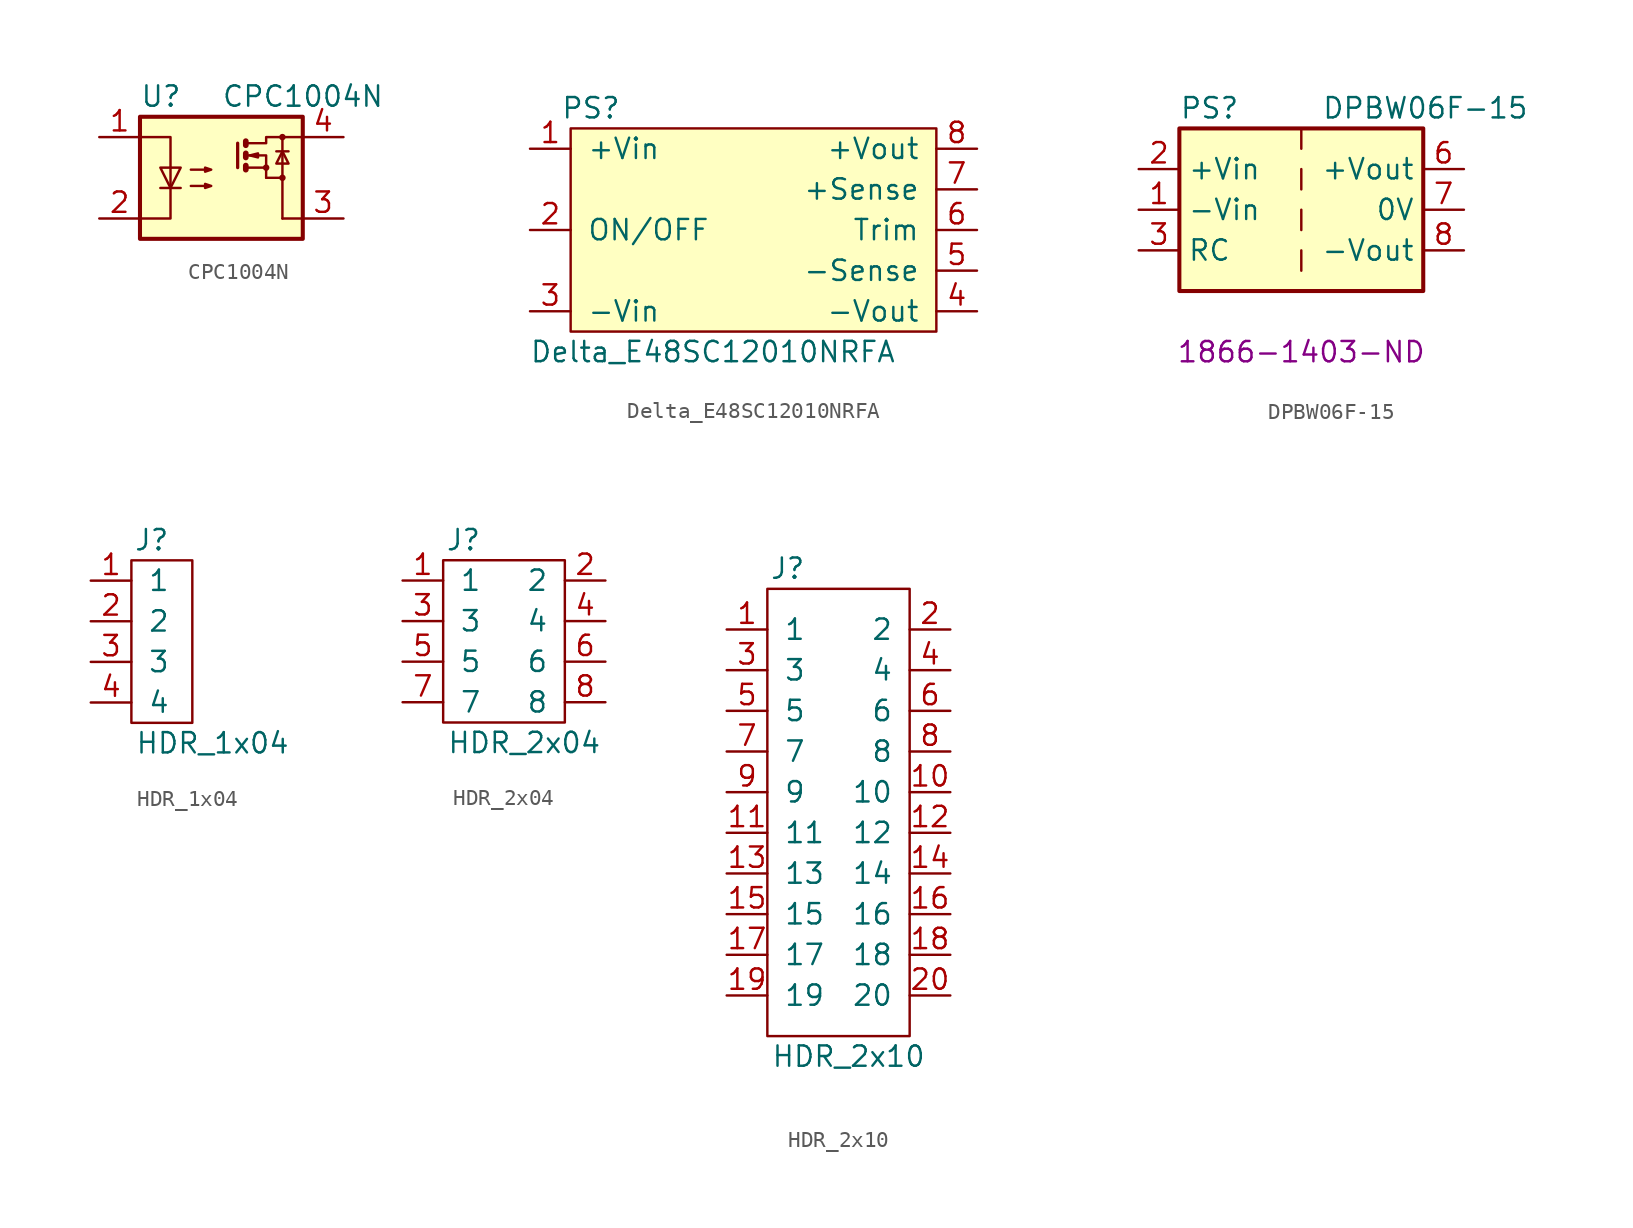
<source format=kicad_sym>
(kicad_symbol_lib
  (version 20211014)
  (generator kicad_symbol_editor)
  (symbol "CPC1004N"
    (pin_names
      (offset 1.016))
    (property "Reference" "U"
      (at -5.08 5.08 0)
      (effects (font (size 1.27 1.27)) (justify left)))
    (property "Value" "CPC1004N"
      (at 0 5.08 0)
      (effects (font (size 1.27 1.27)) (justify left)))
    (symbol "CPC1004N_0_1"
      (rectangle (start -5.08 3.81) (end 5.08 -3.81) (stroke (width 0.254) (type default) (color 0 0 0 0)) (fill (type background)))
      (polyline (pts (xy -3.81 -0.635) (xy -2.54 -0.635)) (stroke (width 0) (type default) (color 0 0 0 0)) (fill (type none)))
      (polyline (pts (xy -3.175 0.635) (xy -3.175 -0.635)) (stroke (width 0) (type default) (color 0 0 0 0)) (fill (type none)))
      (polyline (pts (xy 1.016 2.159) (xy 1.016 0.635)) (stroke (width 0.203) (type default) (color 0 0 0 0)) (fill (type none)))
      (polyline (pts (xy 2.794 0) (xy 3.81 0)) (stroke (width 0) (type default) (color 0 0 0 0)) (fill (type none)))
      (polyline (pts (xy 3.429 1.651) (xy 4.191 1.651)) (stroke (width 0) (type default) (color 0 0 0 0)) (fill (type none)))
      (polyline (pts (xy 3.81 -2.54) (xy 5.08 -2.54)) (stroke (width 0) (type default) (color 0 0 0 0)) (fill (type none)))
      (polyline (pts (xy 3.81 0) (xy 3.81 -2.54)) (stroke (width 0) (type default) (color 0 0 0 0)) (fill (type none)))
      (polyline (pts (xy 3.81 0) (xy 3.81 2.54)) (stroke (width 0) (type default) (color 0 0 0 0)) (fill (type none)))
      (polyline (pts (xy -5.08 2.54) (xy -3.175 2.54) (xy -3.175 0.635)) (stroke (width 0) (type default) (color 0 0 0 0)) (fill (type none)))
      (polyline (pts (xy -3.175 -0.635) (xy -3.175 -2.54) (xy -5.08 -2.54)) (stroke (width 0) (type default) (color 0 0 0 0)) (fill (type none)))
      (polyline (pts (xy 1.524 0.762) (xy 1.524 0.508) (xy 1.524 0.508)) (stroke (width 0.356) (type default) (color 0 0 0 0)) (fill (type none)))
      (polyline (pts (xy 1.524 1.524) (xy 1.524 1.27) (xy 1.524 1.27)) (stroke (width 0.356) (type default) (color 0 0 0 0)) (fill (type none)))
      (polyline (pts (xy 1.524 2.286) (xy 1.524 2.032) (xy 1.524 2.032)) (stroke (width 0.356) (type default) (color 0 0 0 0)) (fill (type none)))
      (polyline (pts (xy 1.651 1.397) (xy 2.794 1.397) (xy 2.794 0.635)) (stroke (width 0) (type default) (color 0 0 0 0)) (fill (type none)))
      (polyline (pts (xy 2.794 0) (xy 2.794 0.635) (xy 1.651 0.635)) (stroke (width 0) (type default) (color 0 0 0 0)) (fill (type none)))
      (polyline (pts (xy -3.175 -0.635) (xy -3.81 0.635) (xy -2.54 0.635) (xy -3.175 -0.635)) (stroke (width 0) (type default) (color 0 0 0 0)) (fill (type none)))
      (polyline (pts (xy 1.651 2.159) (xy 2.794 2.159) (xy 2.794 2.54) (xy 5.08 2.54)) (stroke (width 0) (type default) (color 0 0 0 0)) (fill (type none)))
      (polyline (pts (xy 1.778 1.397) (xy 2.286 1.524) (xy 2.286 1.27) (xy 1.778 1.397)) (stroke (width 0) (type default) (color 0 0 0 0)) (fill (type none)))
      (polyline (pts (xy 3.81 1.651) (xy 3.429 0.889) (xy 4.191 0.889) (xy 3.81 1.651)) (stroke (width 0) (type default) (color 0 0 0 0)) (fill (type none)))
      (polyline (pts (xy -1.905 -0.508) (xy -0.635 -0.508) (xy -1.016 -0.635) (xy -1.016 -0.381) (xy -0.635 -0.508)) (stroke (width 0) (type default) (color 0 0 0 0)) (fill (type none)))
      (polyline (pts (xy -1.905 0.508) (xy -0.635 0.508) (xy -1.016 0.381) (xy -1.016 0.635) (xy -0.635 0.508)) (stroke (width 0) (type default) (color 0 0 0 0)) (fill (type none)))
      (circle (center 2.794 0.635) (radius 0.127) (stroke (width 0) (type default) (color 0 0 0 0)) (fill (type none)))
      (circle (center 3.81 0) (radius 0.127) (stroke (width 0) (type default) (color 0 0 0 0)) (fill (type none)))
      (circle (center 3.81 2.54) (radius 0.127) (stroke (width 0) (type default) (color 0 0 0 0)) (fill (type none))))
    (symbol "CPC1004N_1_1"
      (pin passive line (at -7.62 2.54 0) (length 2.54) (name "~" (effects (font (size 1.27 1.27)))) (number "1" (effects (font (size 1.27 1.27)))))
      (pin passive line (at -7.62 -2.54 0) (length 2.54) (name "~" (effects (font (size 1.27 1.27)))) (number "2" (effects (font (size 1.27 1.27)))))
      (pin passive line (at 7.62 -2.54 180) (length 2.54) (name "~" (effects (font (size 1.27 1.27)))) (number "3" (effects (font (size 1.27 1.27)))))
      (pin passive line (at 7.62 2.54 180) (length 2.54) (name "~" (effects (font (size 1.27 1.27)))) (number "4" (effects (font (size 1.27 1.27)))))))
  (symbol "Delta_E48SC12010NRFA"
    (pin_names
      (offset 1.016))
    (property "Reference" "PS"
      (at -6.35 7.62 0)
      (effects (font (size 1.27 1.27))))
    (property "Value" "Delta_E48SC12010NRFA"
      (at 1.27 -7.62 0)
      (effects (font (size 1.27 1.27))))
    (symbol "Delta_E48SC12010NRFA_0_1"
      (rectangle (start -7.62 6.35) (end 15.24 -6.35) (stroke (width 0) (type default) (color 0 0 0 0)) (fill (type background))))
    (symbol "Delta_E48SC12010NRFA_1_1"
      (pin power_in line (at -10.16 5.08 0) (length 2.54) (name "+Vin" (effects (font (size 1.27 1.27)))) (number "1" (effects (font (size 1.27 1.27)))))
      (pin passive line (at -10.16 0 0) (length 2.54) (name "ON/OFF" (effects (font (size 1.27 1.27)))) (number "2" (effects (font (size 1.27 1.27)))))
      (pin power_in line (at -10.16 -5.08 0) (length 2.54) (name "-Vin" (effects (font (size 1.27 1.27)))) (number "3" (effects (font (size 1.27 1.27)))))
      (pin power_out line (at 17.78 -5.08 180) (length 2.54) (name "-Vout" (effects (font (size 1.27 1.27)))) (number "4" (effects (font (size 1.27 1.27)))))
      (pin passive line (at 17.78 -2.54 180) (length 2.54) (name "-Sense" (effects (font (size 1.27 1.27)))) (number "5" (effects (font (size 1.27 1.27)))))
      (pin passive line (at 17.78 0 180) (length 2.54) (name "Trim" (effects (font (size 1.27 1.27)))) (number "6" (effects (font (size 1.27 1.27)))))
      (pin passive line (at 17.78 2.54 180) (length 2.54) (name "+Sense" (effects (font (size 1.27 1.27)))) (number "7" (effects (font (size 1.27 1.27)))))
      (pin power_out line (at 17.78 5.08 180) (length 2.54) (name "+Vout" (effects (font (size 1.27 1.27)))) (number "8" (effects (font (size 1.27 1.27)))))))
  (symbol "DPBW06F-15"
    (property "Reference" "PS"
      (at -7.62 6.35 0)
      (effects (font (size 1.27 1.27)) (justify left)))
    (property "Value" "DPBW06F-15"
      (at 1.27 6.35 0)
      (effects (font (size 1.27 1.27)) (justify left)))
    (property "Digikey" "1866-1403-ND"
      (at 0 -8.89 0)
      (effects (font (size 1.27 1.27))))
    (symbol "DPBW06F-15_0_0"
      (pin power_in line (at -10.16 0 0) (length 2.54) (name "-Vin" (effects (font (size 1.27 1.27)))) (number "1" (effects (font (size 1.27 1.27)))))
      (pin power_in line (at -10.16 2.54 0) (length 2.54) (name "+Vin" (effects (font (size 1.27 1.27)))) (number "2" (effects (font (size 1.27 1.27)))))
      (pin power_out line (at 10.16 2.54 180) (length 2.54) (name "+Vout" (effects (font (size 1.27 1.27)))) (number "6" (effects (font (size 1.27 1.27)))))
      (pin power_out line (at 10.16 0 180) (length 2.54) (name "0V" (effects (font (size 1.27 1.27)))) (number "7" (effects (font (size 1.27 1.27)))))
      (pin power_out line (at 10.16 -2.54 180) (length 2.54) (name "-Vout" (effects (font (size 1.27 1.27)))) (number "8" (effects (font (size 1.27 1.27))))))
    (symbol "DPBW06F-15_0_1"
      (rectangle (start -7.62 5.08) (end 7.62 -5.08) (stroke (width 0.254) (type default) (color 0 0 0 0)) (fill (type background)))
      (polyline (pts (xy 0 -2.54) (xy 0 -3.81)) (stroke (width 0) (type default) (color 0 0 0 0)) (fill (type none)))
      (polyline (pts (xy 0 0) (xy 0 -1.27)) (stroke (width 0) (type default) (color 0 0 0 0)) (fill (type none)))
      (polyline (pts (xy 0 2.54) (xy 0 1.27)) (stroke (width 0) (type default) (color 0 0 0 0)) (fill (type none)))
      (polyline (pts (xy 0 5.08) (xy 0 3.81)) (stroke (width 0) (type default) (color 0 0 0 0)) (fill (type none))))
    (symbol "DPBW06F-15_1_1"
      (pin no_connect line (at 0 -5.08 90) (length 2.54) hide (name "NC" (effects (font (size 1.27 1.27)))) (number "2" (effects (font (size 1.27 1.27)))))
      (pin unspecified line (at -10.16 -2.54 0) (length 2.54) (name "RC" (effects (font (size 1.27 1.27)))) (number "3" (effects (font (size 1.27 1.27)))))))
  (symbol "HDR_1x04"
    (pin_names
      (offset 1.016))
    (property "Reference" "J"
      (at 1.27 11.43 0)
      (effects (font (size 1.27 1.27))))
    (property "Value" "HDR_1x04"
      (at 5.08 -1.27 0)
      (effects (font (size 1.27 1.27))))
    (symbol "HDR_1x04_0_1"
      (rectangle (start 0 0) (end 3.81 10.16) (stroke (width 0) (type default) (color 0 0 0 0)) (fill (type none))))
    (symbol "HDR_1x04_1_1"
      (pin unspecified line (at -2.54 8.89 0) (length 2.54) (name "1" (effects (font (size 1.27 1.27)))) (number "1" (effects (font (size 1.27 1.27)))))
      (pin unspecified line (at -2.54 6.35 0) (length 2.54) (name "2" (effects (font (size 1.27 1.27)))) (number "2" (effects (font (size 1.27 1.27)))))
      (pin unspecified line (at -2.54 3.81 0) (length 2.54) (name "3" (effects (font (size 1.27 1.27)))) (number "3" (effects (font (size 1.27 1.27)))))
      (pin unspecified line (at -2.54 1.27 0) (length 2.54) (name "4" (effects (font (size 1.27 1.27)))) (number "4" (effects (font (size 1.27 1.27)))))))
  (symbol "HDR_2x04"
    (pin_names
      (offset 1.016))
    (property "Reference" "J"
      (at 1.27 11.43 0)
      (effects (font (size 1.27 1.27))))
    (property "Value" "HDR_2x04"
      (at 5.08 -1.27 0)
      (effects (font (size 1.27 1.27))))
    (symbol "HDR_2x04_0_1"
      (rectangle (start 0 0) (end 7.62 10.16) (stroke (width 0) (type default) (color 0 0 0 0)) (fill (type none))))
    (symbol "HDR_2x04_1_1"
      (pin unspecified line (at -2.54 8.89 0) (length 2.54) (name "1" (effects (font (size 1.27 1.27)))) (number "1" (effects (font (size 1.27 1.27)))))
      (pin unspecified line (at 10.16 8.89 180) (length 2.54) (name "2" (effects (font (size 1.27 1.27)))) (number "2" (effects (font (size 1.27 1.27)))))
      (pin unspecified line (at -2.54 6.35 0) (length 2.54) (name "3" (effects (font (size 1.27 1.27)))) (number "3" (effects (font (size 1.27 1.27)))))
      (pin unspecified line (at 10.16 6.35 180) (length 2.54) (name "4" (effects (font (size 1.27 1.27)))) (number "4" (effects (font (size 1.27 1.27)))))
      (pin unspecified line (at -2.54 3.81 0) (length 2.54) (name "5" (effects (font (size 1.27 1.27)))) (number "5" (effects (font (size 1.27 1.27)))))
      (pin unspecified line (at 10.16 3.81 180) (length 2.54) (name "6" (effects (font (size 1.27 1.27)))) (number "6" (effects (font (size 1.27 1.27)))))
      (pin unspecified line (at -2.54 1.27 0) (length 2.54) (name "7" (effects (font (size 1.27 1.27)))) (number "7" (effects (font (size 1.27 1.27)))))
      (pin unspecified line (at 10.16 1.27 180) (length 2.54) (name "8" (effects (font (size 1.27 1.27)))) (number "8" (effects (font (size 1.27 1.27)))))))
  (symbol "HDR_2x10"
    (pin_names
      (offset 1.016))
    (property "Reference" "J"
      (at 1.27 29.21 0)
      (effects (font (size 1.27 1.27))))
    (property "Value" "HDR_2x10"
      (at 5.08 -1.27 0)
      (effects (font (size 1.27 1.27))))
    (symbol "HDR_2x10_0_1"
      (rectangle (start 0 0) (end 8.89 27.94) (stroke (width 0) (type default) (color 0 0 0 0)) (fill (type none))))
    (symbol "HDR_2x10_1_1"
      (pin unspecified line (at -2.54 25.4 0) (length 2.54) (name "1" (effects (font (size 1.27 1.27)))) (number "1" (effects (font (size 1.27 1.27)))))
      (pin unspecified line (at 11.43 15.24 180) (length 2.54) (name "10" (effects (font (size 1.27 1.27)))) (number "10" (effects (font (size 1.27 1.27)))))
      (pin unspecified line (at -2.54 12.7 0) (length 2.54) (name "11" (effects (font (size 1.27 1.27)))) (number "11" (effects (font (size 1.27 1.27)))))
      (pin unspecified line (at 11.43 12.7 180) (length 2.54) (name "12" (effects (font (size 1.27 1.27)))) (number "12" (effects (font (size 1.27 1.27)))))
      (pin unspecified line (at -2.54 10.16 0) (length 2.54) (name "13" (effects (font (size 1.27 1.27)))) (number "13" (effects (font (size 1.27 1.27)))))
      (pin unspecified line (at 11.43 10.16 180) (length 2.54) (name "14" (effects (font (size 1.27 1.27)))) (number "14" (effects (font (size 1.27 1.27)))))
      (pin unspecified line (at -2.54 7.62 0) (length 2.54) (name "15" (effects (font (size 1.27 1.27)))) (number "15" (effects (font (size 1.27 1.27)))))
      (pin unspecified line (at 11.43 7.62 180) (length 2.54) (name "16" (effects (font (size 1.27 1.27)))) (number "16" (effects (font (size 1.27 1.27)))))
      (pin unspecified line (at -2.54 5.08 0) (length 2.54) (name "17" (effects (font (size 1.27 1.27)))) (number "17" (effects (font (size 1.27 1.27)))))
      (pin unspecified line (at 11.43 5.08 180) (length 2.54) (name "18" (effects (font (size 1.27 1.27)))) (number "18" (effects (font (size 1.27 1.27)))))
      (pin unspecified line (at -2.54 2.54 0) (length 2.54) (name "19" (effects (font (size 1.27 1.27)))) (number "19" (effects (font (size 1.27 1.27)))))
      (pin unspecified line (at 11.43 25.4 180) (length 2.54) (name "2" (effects (font (size 1.27 1.27)))) (number "2" (effects (font (size 1.27 1.27)))))
      (pin unspecified line (at 11.43 2.54 180) (length 2.54) (name "20" (effects (font (size 1.27 1.27)))) (number "20" (effects (font (size 1.27 1.27)))))
      (pin unspecified line (at -2.54 22.86 0) (length 2.54) (name "3" (effects (font (size 1.27 1.27)))) (number "3" (effects (font (size 1.27 1.27)))))
      (pin unspecified line (at 11.43 22.86 180) (length 2.54) (name "4" (effects (font (size 1.27 1.27)))) (number "4" (effects (font (size 1.27 1.27)))))
      (pin unspecified line (at -2.54 20.32 0) (length 2.54) (name "5" (effects (font (size 1.27 1.27)))) (number "5" (effects (font (size 1.27 1.27)))))
      (pin unspecified line (at 11.43 20.32 180) (length 2.54) (name "6" (effects (font (size 1.27 1.27)))) (number "6" (effects (font (size 1.27 1.27)))))
      (pin unspecified line (at -2.54 17.78 0) (length 2.54) (name "7" (effects (font (size 1.27 1.27)))) (number "7" (effects (font (size 1.27 1.27)))))
      (pin unspecified line (at 11.43 17.78 180) (length 2.54) (name "8" (effects (font (size 1.27 1.27)))) (number "8" (effects (font (size 1.27 1.27)))))
      (pin unspecified line (at -2.54 15.24 0) (length 2.54) (name "9" (effects (font (size 1.27 1.27)))) (number "9" (effects (font (size 1.27 1.27))))))))
</source>
